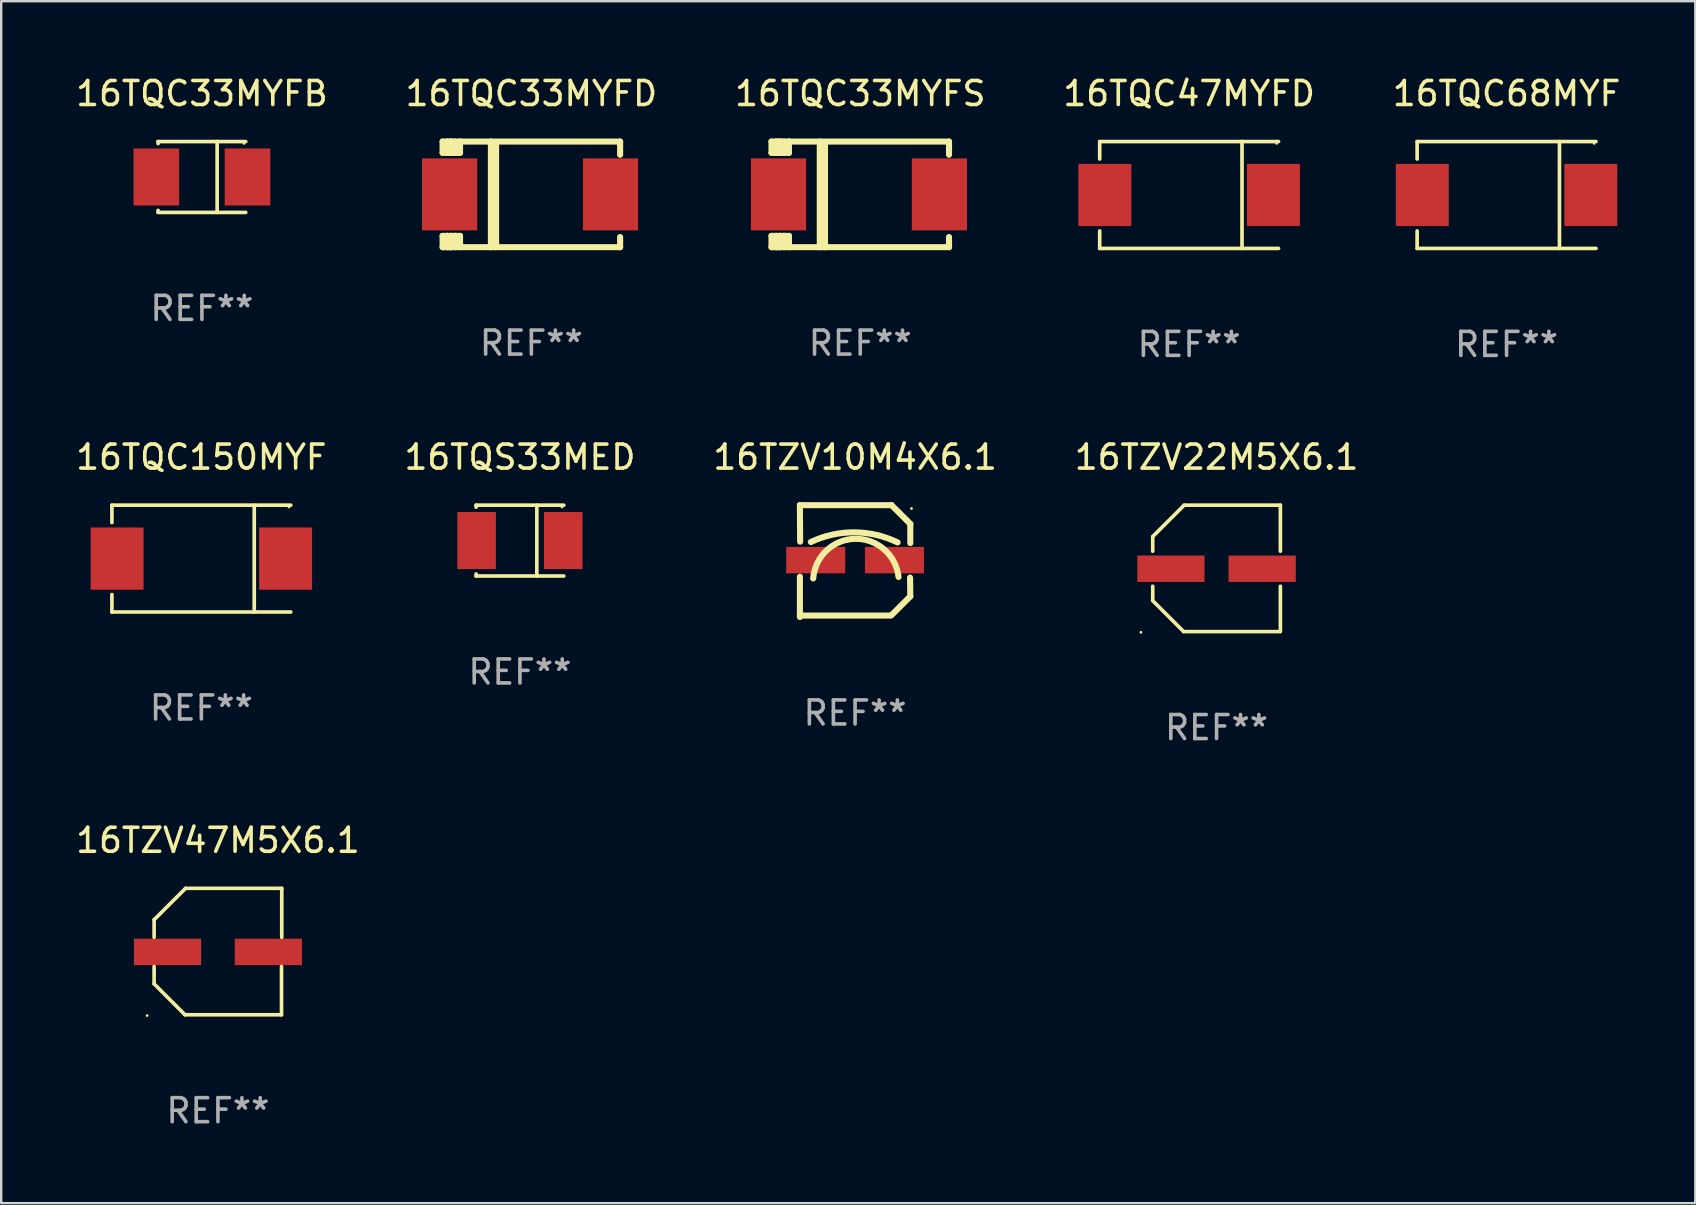
<source format=kicad_pcb>
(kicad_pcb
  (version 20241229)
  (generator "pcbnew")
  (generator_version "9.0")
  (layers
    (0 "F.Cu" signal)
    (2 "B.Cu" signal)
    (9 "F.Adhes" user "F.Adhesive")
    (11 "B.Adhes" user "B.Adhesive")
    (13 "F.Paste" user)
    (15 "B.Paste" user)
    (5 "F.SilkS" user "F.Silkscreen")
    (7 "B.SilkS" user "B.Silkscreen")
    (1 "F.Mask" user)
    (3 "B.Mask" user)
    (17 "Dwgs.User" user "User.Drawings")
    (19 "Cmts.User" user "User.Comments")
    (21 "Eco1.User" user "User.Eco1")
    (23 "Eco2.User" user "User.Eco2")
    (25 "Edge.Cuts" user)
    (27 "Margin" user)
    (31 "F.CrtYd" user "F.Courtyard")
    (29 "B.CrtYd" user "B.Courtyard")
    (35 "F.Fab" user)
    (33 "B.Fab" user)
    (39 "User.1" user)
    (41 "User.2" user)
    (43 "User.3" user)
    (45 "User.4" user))
  (footprint "16TQS33MED"
    (layer "F.Cu")
    (at 18.613 19.473)
    (property "Reference" "16TQS33MED" (at 0 -3.476 0) (layer "F.SilkS") (effects (font (size 1 1) (thickness 0.15))))
    (attr through_hole)
    (fp_line (start -1.826 -1.476) (end -1.826 -1.391) (stroke (width 0.152) (type solid)) (layer "F.SilkS"))
    (fp_line (start -1.826 -1.476) (end 1.826 -1.476) (stroke (width 0.152) (type solid)) (layer "F.SilkS"))
    (fp_line (start -1.826 1.476) (end -1.826 1.391) (stroke (width 0.152) (type solid)) (layer "F.SilkS"))
    (fp_line (start -1.826 1.476) (end 1.826 1.476) (stroke (width 0.152) (type solid)) (layer "F.SilkS"))
    (fp_line (start 0.704 -1.476) (end 0.704 1.476) (stroke (width 0.152) (type solid)) (layer "F.SilkS"))
    (fp_circle (center 1.75 -1.4) (end 1.78 -1.4) (stroke (width 0.06) (type solid)) (fill no) (layer "F.SilkS"))
    (fp_text user "REF**" (at 0 5.476 0) (layer "F.Fab") (effects (font (size 1 1) (thickness 0.15))))
    (pad "1" smd rect (at 1.804 0) (size 1.607 2.376) (layers "F.Cu" "F.Mask" "F.Paste"))
    (pad "2" smd rect (at -1.804 0) (size 1.607 2.376) (layers "F.Cu" "F.Mask" "F.Paste")))
  (footprint "16TQC47MYFD"
    (layer "F.Cu")
    (at 46.494 5.074)
    (property "Reference" "16TQC47MYFD" (at 0 -4.226 0) (layer "F.SilkS") (effects (font (size 1 1) (thickness 0.15))))
    (attr through_hole)
    (fp_line (start -3.726 -2.226) (end -3.726 -1.499) (stroke (width 0.152) (type solid)) (layer "F.SilkS"))
    (fp_line (start -3.726 -2.226) (end 3.726 -2.226) (stroke (width 0.152) (type solid)) (layer "F.SilkS"))
    (fp_line (start -3.726 2.226) (end -3.726 1.499) (stroke (width 0.152) (type solid)) (layer "F.SilkS"))
    (fp_line (start -3.726 2.226) (end 3.726 2.226) (stroke (width 0.152) (type solid)) (layer "F.SilkS"))
    (fp_line (start 2.204 -2.226) (end 2.204 2.226) (stroke (width 0.152) (type solid)) (layer "F.SilkS"))
    (fp_circle (center 3.65 -2.15) (end 3.68 -2.15) (stroke (width 0.06) (type solid)) (fill no) (layer "F.SilkS"))
    (fp_text user "REF**" (at 0 6.226 0) (layer "F.Fab") (effects (font (size 1 1) (thickness 0.15))))
    (pad "1" smd rect (at 3.511 0) (size 2.207 2.592) (layers "F.Cu" "F.Mask" "F.Paste"))
    (pad "2" smd rect (at -3.511 0) (size 2.207 2.592) (layers "F.Cu" "F.Mask" "F.Paste")))
  (footprint "16TQC33MYFB"
    (layer "F.Cu")
    (at 5.363 4.324)
    (property "Reference" "16TQC33MYFB" (at 0 -3.476 0) (layer "F.SilkS") (effects (font (size 1 1) (thickness 0.15))))
    (attr through_hole)
    (fp_line (start -1.826 -1.476) (end -1.826 -1.391) (stroke (width 0.152) (type solid)) (layer "F.SilkS"))
    (fp_line (start -1.826 -1.476) (end 1.826 -1.476) (stroke (width 0.152) (type solid)) (layer "F.SilkS"))
    (fp_line (start -1.826 1.476) (end -1.826 1.391) (stroke (width 0.152) (type solid)) (layer "F.SilkS"))
    (fp_line (start -1.826 1.476) (end 1.826 1.476) (stroke (width 0.152) (type solid)) (layer "F.SilkS"))
    (fp_line (start 0.635 -1.476) (end 0.635 1.476) (stroke (width 0.152) (type solid)) (layer "F.SilkS"))
    (fp_circle (center 1.75 -1.4) (end 1.78 -1.4) (stroke (width 0.06) (type solid)) (fill no) (layer "F.SilkS"))
    (fp_text user "REF**" (at 0 5.476 0) (layer "F.Fab") (effects (font (size 1 1) (thickness 0.15))))
    (pad "1" smd rect (at 1.899 0) (size 1.9 2.376) (layers "F.Cu" "F.Mask" "F.Paste"))
    (pad "2" smd rect (at -1.899 0) (size 1.9 2.376) (layers "F.Cu" "F.Mask" "F.Paste")))
  (footprint "16TZV47M5X6.1"
    (layer "F.Cu")
    (at 6.03 36.596)
    (property "Reference" "16TZV47M5X6.1" (at 0 -4.634 0) (layer "F.SilkS") (effects (font (size 1 1) (thickness 0.15))))
    (attr through_hole)
    (fp_line (start -2.659 -1.326) (end -2.659 -0.592) (stroke (width 0.152) (type solid)) (layer "F.SilkS"))
    (fp_line (start -2.659 1.346) (end -2.659 0.622) (stroke (width 0.152) (type solid)) (layer "F.SilkS"))
    (fp_line (start -1.372 2.634) (end -2.659 1.346) (stroke (width 0.152) (type solid)) (layer "F.SilkS"))
    (fp_line (start -1.349 -2.634) (end -2.659 -1.326) (stroke (width 0.152) (type solid)) (layer "F.SilkS"))
    (fp_line (start 2.649 0.622) (end 2.649 2.634) (stroke (width 0.152) (type solid)) (layer "F.SilkS"))
    (fp_line (start 2.649 2.634) (end -1.372 2.634) (stroke (width 0.152) (type solid)) (layer "F.SilkS"))
    (fp_line (start 2.659 -2.634) (end -1.349 -2.634) (stroke (width 0.152) (type solid)) (layer "F.SilkS"))
    (fp_line (start 2.659 -0.592) (end 2.659 -2.634) (stroke (width 0.152) (type solid)) (layer "F.SilkS"))
    (fp_circle (center -2.95 2.665) (end -2.92 2.665) (stroke (width 0.06) (type solid)) (fill no) (layer "F.SilkS"))
    (fp_text user "REF**" (at 0 6.634 0) (layer "F.Fab") (effects (font (size 1 1) (thickness 0.15))))
    (pad "1" smd rect (at -2.1 0.015) (size 2.8 1.1) (layers "F.Cu" "F.Mask" "F.Paste"))
    (pad "2" smd rect (at 2.1 0.015) (size 2.8 1.1) (layers "F.Cu" "F.Mask" "F.Paste")))
  (footprint "16TQC33MYFD"
    (layer "F.Cu")
    (at 19.089 5.048)
    (property "Reference" "16TQC33MYFD" (at 0 -4.2 0) (layer "F.SilkS") (effects (font (size 1 1) (thickness 0.15))))
    (attr through_hole)
    (fp_line (start -3.698 -2.2) (end -3.502 -2.2) (stroke (width 0.254) (type solid)) (layer "F.SilkS"))
    (fp_line (start -3.698 -1.731) (end -3.698 -2.2) (stroke (width 0.254) (type solid)) (layer "F.SilkS"))
    (fp_line (start -3.698 -1.731) (end -3.502 -1.731) (stroke (width 0.254) (type solid)) (layer "F.SilkS"))
    (fp_line (start -3.698 1.731) (end -3.502 1.731) (stroke (width 0.254) (type solid)) (layer "F.SilkS"))
    (fp_line (start -3.698 2.2) (end -3.698 1.731) (stroke (width 0.254) (type solid)) (layer "F.SilkS"))
    (fp_line (start -3.66 2.2) (end -3.698 2.2) (stroke (width 0.254) (type solid)) (layer "F.SilkS"))
    (fp_line (start -3.66 2.2) (end -3.346 2.2) (stroke (width 0.254) (type solid)) (layer "F.SilkS"))
    (fp_line (start -3.502 -2.2) (end 3.698 -2.2) (stroke (width 0.254) (type solid)) (layer "F.SilkS"))
    (fp_line (start -3.502 -1.731) (end -3.502 -2.2) (stroke (width 0.254) (type solid)) (layer "F.SilkS"))
    (fp_line (start -3.502 1.731) (end -3.502 1.778) (stroke (width 0.254) (type solid)) (layer "F.SilkS"))
    (fp_line (start -3.502 1.731) (end -3.178 1.731) (stroke (width 0.254) (type solid)) (layer "F.SilkS"))
    (fp_line (start -3.502 1.778) (end -3.502 1.731) (stroke (width 0.254) (type solid)) (layer "F.SilkS"))
    (fp_line (start -3.502 2.2) (end -3.502 1.778) (stroke (width 0.254) (type solid)) (layer "F.SilkS"))
    (fp_line (start -3.502 2.2) (end 3.698 2.2) (stroke (width 0.254) (type solid)) (layer "F.SilkS"))
    (fp_line (start -3.367 -2.2) (end -3.367 -1.731) (stroke (width 0.254) (type solid)) (layer "F.SilkS"))
    (fp_line (start -3.346 1.731) (end -3.346 2.2) (stroke (width 0.254) (type solid)) (layer "F.SilkS"))
    (fp_line (start -3.346 2.2) (end -3.346 2.2) (stroke (width 0.254) (type solid)) (layer "F.SilkS"))
    (fp_line (start -3.332 1.731) (end -3.346 1.731) (stroke (width 0.254) (type solid)) (layer "F.SilkS"))
    (fp_line (start -3.303 -2.2) (end -3.367 -2.2) (stroke (width 0.254) (type solid)) (layer "F.SilkS"))
    (fp_line (start -3.179 -1.731) (end -3.179 -1.731) (stroke (width 0.254) (type solid)) (layer "F.SilkS"))
    (fp_line (start -3.179 1.731) (end -3.179 2.2) (stroke (width 0.254) (type solid)) (layer "F.SilkS"))
    (fp_line (start -3.178 -1.731) (end -3.502 -1.731) (stroke (width 0.254) (type solid)) (layer "F.SilkS"))
    (fp_line (start -3.178 -1.731) (end -3.179 -1.731) (stroke (width 0.254) (type solid)) (layer "F.SilkS"))
    (fp_line (start -3.178 -1.731) (end -3.178 -2.2) (stroke (width 0.254) (type solid)) (layer "F.SilkS"))
    (fp_line (start -3.178 1.731) (end -3.178 1.731) (stroke (width 0.254) (type solid)) (layer "F.SilkS"))
    (fp_line (start -2.972 -2.2) (end -2.972 -1.731) (stroke (width 0.254) (type solid)) (layer "F.SilkS"))
    (fp_line (start -2.972 -1.731) (end -3.502 -1.731) (stroke (width 0.254) (type solid)) (layer "F.SilkS"))
    (fp_line (start -2.972 1.731) (end -3.179 1.731) (stroke (width 0.254) (type solid)) (layer "F.SilkS"))
    (fp_line (start -2.972 1.731) (end -2.972 2.2) (stroke (width 0.254) (type solid)) (layer "F.SilkS"))
    (fp_line (start -2.957 -2.2) (end -2.972 -2.2) (stroke (width 0.254) (type solid)) (layer "F.SilkS"))
    (fp_line (start -1.686 -2.2) (end -1.686 2.2) (stroke (width 0.254) (type solid)) (layer "F.SilkS"))
    (fp_line (start -1.469 -2.159) (end -1.469 2.2) (stroke (width 0.254) (type solid)) (layer "F.SilkS"))
    (fp_line (start -1.452 -2.159) (end -1.469 -2.159) (stroke (width 0.254) (type solid)) (layer "F.SilkS"))
    (fp_line (start 3.698 -2.2) (end 3.698 -1.651) (stroke (width 0.254) (type solid)) (layer "F.SilkS"))
    (fp_line (start 3.698 2.2) (end 3.698 1.778) (stroke (width 0.254) (type solid)) (layer "F.SilkS"))
    (fp_circle (center -3.552 2.15) (end -3.522 2.15) (stroke (width 0.06) (type solid)) (fill no) (layer "F.SilkS"))
    (fp_text user "REF**" (at 0 6.2 0) (layer "F.Fab") (effects (font (size 1 1) (thickness 0.15))))
    (pad "1" smd rect (at -3.407 0) (size 2.3 3) (layers "F.Cu" "F.Mask" "F.Paste"))
    (pad "2" smd rect (at 3.298 0) (size 2.3 3) (layers "F.Cu" "F.Mask" "F.Paste")))
  (footprint "16TQC33MYFS"
    (layer "F.Cu")
    (at 32.792 5.048)
    (property "Reference" "16TQC33MYFS" (at 0 -4.2 0) (layer "F.SilkS") (effects (font (size 1 1) (thickness 0.15))))
    (attr through_hole)
    (fp_line (start -3.698 -2.2) (end -3.502 -2.2) (stroke (width 0.254) (type solid)) (layer "F.SilkS"))
    (fp_line (start -3.698 -1.731) (end -3.698 -2.2) (stroke (width 0.254) (type solid)) (layer "F.SilkS"))
    (fp_line (start -3.698 -1.731) (end -3.502 -1.731) (stroke (width 0.254) (type solid)) (layer "F.SilkS"))
    (fp_line (start -3.698 1.731) (end -3.502 1.731) (stroke (width 0.254) (type solid)) (layer "F.SilkS"))
    (fp_line (start -3.698 2.2) (end -3.698 1.731) (stroke (width 0.254) (type solid)) (layer "F.SilkS"))
    (fp_line (start -3.66 2.2) (end -3.698 2.2) (stroke (width 0.254) (type solid)) (layer "F.SilkS"))
    (fp_line (start -3.66 2.2) (end -3.346 2.2) (stroke (width 0.254) (type solid)) (layer "F.SilkS"))
    (fp_line (start -3.502 -2.2) (end 3.698 -2.2) (stroke (width 0.254) (type solid)) (layer "F.SilkS"))
    (fp_line (start -3.502 -1.731) (end -3.502 -2.2) (stroke (width 0.254) (type solid)) (layer "F.SilkS"))
    (fp_line (start -3.502 1.731) (end -3.502 1.778) (stroke (width 0.254) (type solid)) (layer "F.SilkS"))
    (fp_line (start -3.502 1.731) (end -3.178 1.731) (stroke (width 0.254) (type solid)) (layer "F.SilkS"))
    (fp_line (start -3.502 1.778) (end -3.502 1.731) (stroke (width 0.254) (type solid)) (layer "F.SilkS"))
    (fp_line (start -3.502 2.2) (end -3.502 1.778) (stroke (width 0.254) (type solid)) (layer "F.SilkS"))
    (fp_line (start -3.502 2.2) (end 3.698 2.2) (stroke (width 0.254) (type solid)) (layer "F.SilkS"))
    (fp_line (start -3.367 -2.2) (end -3.367 -1.731) (stroke (width 0.254) (type solid)) (layer "F.SilkS"))
    (fp_line (start -3.346 1.731) (end -3.346 2.2) (stroke (width 0.254) (type solid)) (layer "F.SilkS"))
    (fp_line (start -3.346 2.2) (end -3.346 2.2) (stroke (width 0.254) (type solid)) (layer "F.SilkS"))
    (fp_line (start -3.332 1.731) (end -3.346 1.731) (stroke (width 0.254) (type solid)) (layer "F.SilkS"))
    (fp_line (start -3.303 -2.2) (end -3.367 -2.2) (stroke (width 0.254) (type solid)) (layer "F.SilkS"))
    (fp_line (start -3.179 -1.731) (end -3.179 -1.731) (stroke (width 0.254) (type solid)) (layer "F.SilkS"))
    (fp_line (start -3.179 1.731) (end -3.179 2.2) (stroke (width 0.254) (type solid)) (layer "F.SilkS"))
    (fp_line (start -3.178 -1.731) (end -3.502 -1.731) (stroke (width 0.254) (type solid)) (layer "F.SilkS"))
    (fp_line (start -3.178 -1.731) (end -3.179 -1.731) (stroke (width 0.254) (type solid)) (layer "F.SilkS"))
    (fp_line (start -3.178 -1.731) (end -3.178 -2.2) (stroke (width 0.254) (type solid)) (layer "F.SilkS"))
    (fp_line (start -3.178 1.731) (end -3.178 1.731) (stroke (width 0.254) (type solid)) (layer "F.SilkS"))
    (fp_line (start -2.972 -2.2) (end -2.972 -1.731) (stroke (width 0.254) (type solid)) (layer "F.SilkS"))
    (fp_line (start -2.972 -1.731) (end -3.502 -1.731) (stroke (width 0.254) (type solid)) (layer "F.SilkS"))
    (fp_line (start -2.972 1.731) (end -3.179 1.731) (stroke (width 0.254) (type solid)) (layer "F.SilkS"))
    (fp_line (start -2.972 1.731) (end -2.972 2.2) (stroke (width 0.254) (type solid)) (layer "F.SilkS"))
    (fp_line (start -2.957 -2.2) (end -2.972 -2.2) (stroke (width 0.254) (type solid)) (layer "F.SilkS"))
    (fp_line (start -1.686 -2.2) (end -1.686 2.2) (stroke (width 0.254) (type solid)) (layer "F.SilkS"))
    (fp_line (start -1.469 -2.159) (end -1.469 2.2) (stroke (width 0.254) (type solid)) (layer "F.SilkS"))
    (fp_line (start -1.452 -2.159) (end -1.469 -2.159) (stroke (width 0.254) (type solid)) (layer "F.SilkS"))
    (fp_line (start 3.698 -2.2) (end 3.698 -1.651) (stroke (width 0.254) (type solid)) (layer "F.SilkS"))
    (fp_line (start 3.698 2.2) (end 3.698 1.778) (stroke (width 0.254) (type solid)) (layer "F.SilkS"))
    (fp_circle (center -3.552 2.15) (end -3.522 2.15) (stroke (width 0.06) (type solid)) (fill no) (layer "F.SilkS"))
    (fp_text user "REF**" (at 0 6.2 0) (layer "F.Fab") (effects (font (size 1 1) (thickness 0.15))))
    (pad "1" smd rect (at -3.407 0) (size 2.3 3) (layers "F.Cu" "F.Mask" "F.Paste"))
    (pad "2" smd rect (at 3.298 0) (size 2.3 3) (layers "F.Cu" "F.Mask" "F.Paste")))
  (footprint "16TQC68MYF"
    (layer "F.Cu")
    (at 59.72 5.074)
    (property "Reference" "16TQC68MYF" (at 0 -4.226 0) (layer "F.SilkS") (effects (font (size 1 1) (thickness 0.15))))
    (attr through_hole)
    (fp_line (start -3.726 -2.226) (end -3.726 -1.499) (stroke (width 0.152) (type solid)) (layer "F.SilkS"))
    (fp_line (start -3.726 -2.226) (end 3.726 -2.226) (stroke (width 0.152) (type solid)) (layer "F.SilkS"))
    (fp_line (start -3.726 2.226) (end -3.726 1.499) (stroke (width 0.152) (type solid)) (layer "F.SilkS"))
    (fp_line (start -3.726 2.226) (end 3.726 2.226) (stroke (width 0.152) (type solid)) (layer "F.SilkS"))
    (fp_line (start 2.204 -2.226) (end 2.204 2.226) (stroke (width 0.152) (type solid)) (layer "F.SilkS"))
    (fp_circle (center 3.65 -2.15) (end 3.68 -2.15) (stroke (width 0.06) (type solid)) (fill no) (layer "F.SilkS"))
    (fp_text user "REF**" (at 0 6.226 0) (layer "F.Fab") (effects (font (size 1 1) (thickness 0.15))))
    (pad "1" smd rect (at 3.511 0) (size 2.207 2.592) (layers "F.Cu" "F.Mask" "F.Paste"))
    (pad "2" smd rect (at -3.511 0) (size 2.207 2.592) (layers "F.Cu" "F.Mask" "F.Paste")))
  (footprint "16TQC150MYF"
    (layer "F.Cu")
    (at 5.339 20.223)
    (property "Reference" "16TQC150MYF" (at 0 -4.226 0) (layer "F.SilkS") (effects (font (size 1 1) (thickness 0.15))))
    (attr through_hole)
    (fp_line (start -3.726 -2.226) (end -3.726 -1.499) (stroke (width 0.152) (type solid)) (layer "F.SilkS"))
    (fp_line (start -3.726 -2.226) (end 3.726 -2.226) (stroke (width 0.152) (type solid)) (layer "F.SilkS"))
    (fp_line (start -3.726 2.226) (end -3.726 1.499) (stroke (width 0.152) (type solid)) (layer "F.SilkS"))
    (fp_line (start -3.726 2.226) (end 3.726 2.226) (stroke (width 0.152) (type solid)) (layer "F.SilkS"))
    (fp_line (start 2.204 -2.226) (end 2.204 2.226) (stroke (width 0.152) (type solid)) (layer "F.SilkS"))
    (fp_circle (center 3.65 -2.15) (end 3.68 -2.15) (stroke (width 0.06) (type solid)) (fill no) (layer "F.SilkS"))
    (fp_text user "REF**" (at 0 6.226 0) (layer "F.Fab") (effects (font (size 1 1) (thickness 0.15))))
    (pad "1" smd rect (at 3.511 0) (size 2.207 2.592) (layers "F.Cu" "F.Mask" "F.Paste"))
    (pad "2" smd rect (at -3.511 0) (size 2.207 2.592) (layers "F.Cu" "F.Mask" "F.Paste")))
  (footprint "16TZV10M4X6.1"
    (layer "F.Cu")
    (at 32.577 20.327)
    (property "Reference" "16TZV10M4X6.1" (at 0 -4.33 0) (layer "F.SilkS") (effects (font (size 1 1) (thickness 0.15))))
    (attr through_hole)
    (fp_line (start -2.3 -2.33) (end 1.52 -2.33) (stroke (width 0.254) (type solid)) (layer "F.SilkS"))
    (fp_line (start -2.3 2.27) (end 1.49 2.27) (stroke (width 0.254) (type solid)) (layer "F.SilkS"))
    (fp_line (start -2.3 2.33) (end -2.3 0.651) (stroke (width 0.254) (type solid)) (layer "F.SilkS"))
    (fp_line (start -2.29 -0.81) (end -2.3 -2.33) (stroke (width 0.254) (type solid)) (layer "F.SilkS"))
    (fp_line (start 2.3 -1.55) (end 1.52 -2.33) (stroke (width 0.254) (type solid)) (layer "F.SilkS"))
    (fp_line (start 2.3 1.47) (end 1.52 2.25) (stroke (width 0.254) (type solid)) (layer "F.SilkS"))
    (fp_line (start 2.3 1.47) (end 2.29 0.69) (stroke (width 0.254) (type solid)) (layer "F.SilkS"))
    (fp_line (start 2.3 -0.75) (end 2.3 -1.55) (stroke (width 0.254) (type solid)) (layer "F.SilkS"))
    (fp_arc (start -1.842151 -0.794552) (mid -0.033717 -1.197402) (end 1.770752 -0.777152) (stroke (width 0.254001) (type solid)) (layer "F.SilkS"))
    (fp_arc (start -1.745757 0.723659) (mid 0.004392 -0.926664) (end 1.810884 0.661786) (stroke (width 0.254001) (type solid)) (layer "F.SilkS"))
    (fp_circle (center 2.35 -2.191) (end 2.38 -2.191) (stroke (width 0.06) (type solid)) (fill no) (layer "F.SilkS"))
    (fp_text user "REF**" (at 0 6.33 0) (layer "F.Fab") (effects (font (size 1 1) (thickness 0.15))))
    (pad "1" smd rect (at 1.64 -0.04) (size 2.46 1.1) (layers "F.Cu" "F.Mask" "F.Paste"))
    (pad "2" smd rect (at -1.64 -0.04) (size 2.46 1.1) (layers "F.Cu" "F.Mask" "F.Paste")))
  (footprint "16TZV22M5X6.1"
    (layer "F.Cu")
    (at 47.637 20.631)
    (property "Reference" "16TZV22M5X6.1" (at 0 -4.634 0) (layer "F.SilkS") (effects (font (size 1 1) (thickness 0.15))))
    (attr through_hole)
    (fp_line (start -2.659 -1.326) (end -2.659 -0.715) (stroke (width 0.152) (type solid)) (layer "F.SilkS"))
    (fp_line (start -2.659 0.745) (end -2.659 1.346) (stroke (width 0.152) (type solid)) (layer "F.SilkS"))
    (fp_line (start -1.372 2.634) (end -2.659 1.346) (stroke (width 0.152) (type solid)) (layer "F.SilkS"))
    (fp_line (start -1.349 -2.634) (end -2.659 -1.326) (stroke (width 0.152) (type solid)) (layer "F.SilkS"))
    (fp_line (start 2.649 2.634) (end -1.372 2.634) (stroke (width 0.152) (type solid)) (layer "F.SilkS"))
    (fp_line (start 2.659 -2.634) (end -1.349 -2.634) (stroke (width 0.152) (type solid)) (layer "F.SilkS"))
    (fp_line (start 2.659 -2.634) (end 2.659 -0.715) (stroke (width 0.152) (type solid)) (layer "F.SilkS"))
    (fp_line (start 2.659 0.745) (end 2.659 2.634) (stroke (width 0.152) (type solid)) (layer "F.SilkS"))
    (fp_circle (center -3.15 2.665) (end -3.12 2.665) (stroke (width 0.06) (type solid)) (fill no) (layer "F.SilkS"))
    (fp_text user "REF**" (at 0 6.634 0) (layer "F.Fab") (effects (font (size 1 1) (thickness 0.15))))
    (pad "1" smd rect (at -1.9 0.015) (size 2.8 1.1) (layers "F.Cu" "F.Mask" "F.Paste"))
    (pad "2" smd rect (at 1.9 0.015) (size 2.8 1.1) (layers "F.Cu" "F.Mask" "F.Paste")))
  (gr_rect
    (start -3 -3)
    (end 67.583 47.078)
    (stroke (width 0.1) (type default))
    (fill no)
    (layer "Edge.Cuts")))
</source>
